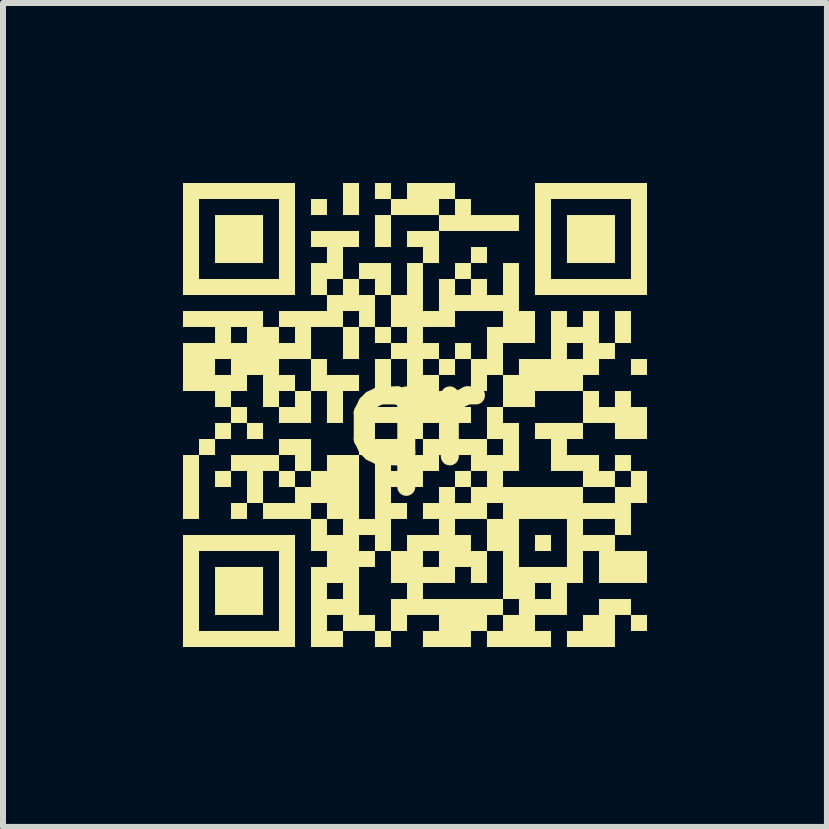
<source format=kicad_pcb>
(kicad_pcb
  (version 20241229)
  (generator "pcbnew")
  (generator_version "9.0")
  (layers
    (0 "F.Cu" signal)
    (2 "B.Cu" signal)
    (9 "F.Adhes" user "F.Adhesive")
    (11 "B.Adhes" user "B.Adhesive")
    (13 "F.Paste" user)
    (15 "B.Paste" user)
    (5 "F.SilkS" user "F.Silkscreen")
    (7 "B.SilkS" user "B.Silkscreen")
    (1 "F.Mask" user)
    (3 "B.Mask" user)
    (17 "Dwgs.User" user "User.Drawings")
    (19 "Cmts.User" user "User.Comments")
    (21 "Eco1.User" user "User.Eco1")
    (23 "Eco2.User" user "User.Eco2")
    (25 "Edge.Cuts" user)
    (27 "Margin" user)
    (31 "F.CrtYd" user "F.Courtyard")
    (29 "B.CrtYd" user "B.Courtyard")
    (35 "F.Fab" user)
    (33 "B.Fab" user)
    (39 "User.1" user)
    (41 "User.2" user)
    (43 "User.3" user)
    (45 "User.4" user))
  (footprint "qr"
    (layer "F.Cu")
    (at 3.867 3.867)
    (property "Reference" "qr" (at 0 0 0) (layer "F.SilkS") (effects (font (size 1.524 1.524) (thickness 0.3))))
    (attr board_only exclude_from_pos_files exclude_from_bom)
    (fp_poly (pts (xy -3.6 1.733) (xy -3.867 1.733) (xy -3.867 0.667) (xy -3.6 0.667)) (stroke (width 0) (type solid)) (fill yes) (layer "F.SilkS"))
    (fp_poly (pts (xy -3.333 0.667) (xy -3.6 0.667) (xy -3.6 0.4) (xy -3.333 0.4)) (stroke (width 0) (type solid)) (fill yes) (layer "F.SilkS"))
    (fp_poly (pts (xy -3.067 0.4) (xy -3.333 0.4) (xy -3.333 0.133) (xy -3.067 0.133)) (stroke (width 0) (type solid)) (fill yes) (layer "F.SilkS"))
    (fp_poly (pts (xy -3.067 1.2) (xy -3.333 1.2) (xy -3.333 0.933) (xy -3.067 0.933)) (stroke (width 0) (type solid)) (fill yes) (layer "F.SilkS"))
    (fp_poly (pts (xy -2.8 0.133) (xy -3.067 0.133) (xy -3.067 -0.133) (xy -2.8 -0.133)) (stroke (width 0) (type solid)) (fill yes) (layer "F.SilkS"))
    (fp_poly (pts (xy -2.8 1.733) (xy -3.067 1.733) (xy -3.067 1.467) (xy -2.8 1.467)) (stroke (width 0) (type solid)) (fill yes) (layer "F.SilkS"))
    (fp_poly (pts (xy -2.533 -2.533) (xy -3.333 -2.533) (xy -3.333 -3.333) (xy -2.533 -3.333)) (stroke (width 0) (type solid)) (fill yes) (layer "F.SilkS"))
    (fp_poly (pts (xy -2.533 0.4) (xy -2.8 0.4) (xy -2.8 0.133) (xy -2.533 0.133)) (stroke (width 0) (type solid)) (fill yes) (layer "F.SilkS"))
    (fp_poly (pts (xy -2.533 3.333) (xy -3.333 3.333) (xy -3.333 2.533) (xy -2.533 2.533)) (stroke (width 0) (type solid)) (fill yes) (layer "F.SilkS"))
    (fp_poly (pts (xy -2 1.2) (xy -2.267 1.2) (xy -2.267 0.933) (xy -2 0.933)) (stroke (width 0) (type solid)) (fill yes) (layer "F.SilkS"))
    (fp_poly (pts (xy -1.467 -3.333) (xy -1.733 -3.333) (xy -1.733 -3.6) (xy -1.467 -3.6)) (stroke (width 0) (type solid)) (fill yes) (layer "F.SilkS"))
    (fp_poly (pts (xy -0.933 -3.333) (xy -1.2 -3.333) (xy -1.2 -3.867) (xy -0.933 -3.867)) (stroke (width 0) (type solid)) (fill yes) (layer "F.SilkS"))
    (fp_poly (pts (xy -0.4 -3.6) (xy -0.667 -3.6) (xy -0.667 -3.867) (xy -0.4 -3.867)) (stroke (width 0) (type solid)) (fill yes) (layer "F.SilkS"))
    (fp_poly (pts (xy -0.4 -2.8) (xy -0.667 -2.8) (xy -0.667 -3.333) (xy -0.4 -3.333)) (stroke (width 0) (type solid)) (fill yes) (layer "F.SilkS"))
    (fp_poly (pts (xy -0.4 -0.4) (xy -0.667 -0.4) (xy -0.667 -0.933) (xy -0.4 -0.933)) (stroke (width 0) (type solid)) (fill yes) (layer "F.SilkS"))
    (fp_poly (pts (xy 0.667 -0.667) (xy 0.4 -0.667) (xy 0.4 -0.933) (xy 0.667 -0.933)) (stroke (width 0) (type solid)) (fill yes) (layer "F.SilkS"))
    (fp_poly (pts (xy 0.933 -0.933) (xy 0.667 -0.933) (xy 0.667 -1.2) (xy 0.933 -1.2)) (stroke (width 0) (type solid)) (fill yes) (layer "F.SilkS"))
    (fp_poly (pts (xy 0.933 1.2) (xy 0.667 1.2) (xy 0.667 0.933) (xy 0.933 0.933)) (stroke (width 0) (type solid)) (fill yes) (layer "F.SilkS"))
    (fp_poly (pts (xy 1.2 -2.533) (xy 0.933 -2.533) (xy 0.933 -2.8) (xy 1.2 -2.8)) (stroke (width 0) (type solid)) (fill yes) (layer "F.SilkS"))
    (fp_poly (pts (xy 2.267 2.267) (xy 2 2.267) (xy 2 2) (xy 2.267 2)) (stroke (width 0) (type solid)) (fill yes) (layer "F.SilkS"))
    (fp_poly (pts (xy 3.333 -2.533) (xy 2.533 -2.533) (xy 2.533 -3.333) (xy 3.333 -3.333)) (stroke (width 0) (type solid)) (fill yes) (layer "F.SilkS"))
    (fp_poly (pts (xy 3.6 -1.2) (xy 3.333 -1.2) (xy 3.333 -1.733) (xy 3.6 -1.733)) (stroke (width 0) (type solid)) (fill yes) (layer "F.SilkS"))
    (fp_poly (pts (xy 3.867 -0.667) (xy 3.6 -0.667) (xy 3.6 -0.933) (xy 3.867 -0.933)) (stroke (width 0) (type solid)) (fill yes) (layer "F.SilkS"))
    (fp_poly (pts (xy 3.867 3.6) (xy 3.6 3.6) (xy 3.6 3.333) (xy 3.867 3.333)) (stroke (width 0) (type solid)) (fill yes) (layer "F.SilkS"))
    (fp_poly (pts (xy -1.733 0.133) (xy -2.267 0.133) (xy -2.267 -0.133) (xy -2 -0.133) (xy -2 -0.4) (xy -1.733 -0.4)) (stroke (width 0) (type solid)) (fill yes) (layer "F.SilkS"))
    (fp_poly (pts (xy 0.4 -2.533) (xy 0.133 -2.533) (xy 0.133 -2.8) (xy -0.133 -2.8) (xy -0.133 -3.067) (xy 0.4 -3.067)) (stroke (width 0) (type solid)) (fill yes) (layer "F.SilkS"))
    (fp_poly (pts (xy -1.733 -0.933) (xy -1.467 -0.933) (xy -1.467 -0.667) (xy -0.933 -0.667) (xy -0.933 -0.4) (xy -1.2 -0.4) (xy -1.2 0.133) (xy -1.467 0.133) (xy -1.467 -0.4) (xy -1.733 -0.4)) (stroke (width 0) (type solid)) (fill yes) (layer "F.SilkS"))
    (fp_poly (pts (xy 3.6 3.333) (xy 3.333 3.333) (xy 3.333 3.867) (xy 2.533 3.867) (xy 2.533 3.6) (xy 2.8 3.6) (xy 2.8 3.333) (xy 3.067 3.333) (xy 3.067 3.067) (xy 3.6 3.067)) (stroke (width 0) (type solid)) (fill yes) (layer "F.SilkS"))
    (fp_poly (pts (xy -2 -2) (xy -3.867 -2) (xy -3.867 -2.267) (xy -3.6 -2.267) (xy -2.267 -2.267) (xy -2.267 -3.6) (xy -3.6 -3.6) (xy -3.6 -2.267) (xy -3.867 -2.267) (xy -3.867 -3.867) (xy -2 -3.867)) (stroke (width 0) (type solid)) (fill yes) (layer "F.SilkS"))
    (fp_poly (pts (xy -2 3.867) (xy -3.867 3.867) (xy -3.867 3.6) (xy -3.6 3.6) (xy -2.267 3.6) (xy -2.267 2.267) (xy -3.6 2.267) (xy -3.6 3.6) (xy -3.867 3.6) (xy -3.867 2) (xy -2 2)) (stroke (width 0) (type solid)) (fill yes) (layer "F.SilkS"))
    (fp_poly (pts (xy 3.867 -2) (xy 2 -2) (xy 2 -2.267) (xy 2.267 -2.267) (xy 3.6 -2.267) (xy 3.6 -3.6) (xy 2.267 -3.6) (xy 2.267 -2.267) (xy 2 -2.267) (xy 2 -3.867) (xy 3.867 -3.867)) (stroke (width 0) (type solid)) (fill yes) (layer "F.SilkS"))
    (fp_poly (pts (xy 2.8 -0.4) (xy 3.067 -0.4) (xy 3.067 -0.133) (xy 3.333 -0.133) (xy 3.333 -0.4) (xy 3.6 -0.4) (xy 3.6 -0.133) (xy 3.867 -0.133) (xy 3.867 0.4) (xy 3.333 0.4) (xy 3.333 0.133) (xy 2.8 0.133)) (stroke (width 0) (type solid)) (fill yes) (layer "F.SilkS"))
    (fp_poly (pts (xy -0.4 -3.6) (xy -0.133 -3.6) (xy -0.133 -3.867) (xy 0.667 -3.867) (xy 0.667 -3.6) (xy 0.933 -3.6) (xy 0.933 -3.333) (xy 1.733 -3.333) (xy 1.733 -3.067) (xy 0.4 -3.067) (xy 0.4 -3.333) (xy 0.667 -3.333) (xy 0.667 -3.6) (xy 0.4 -3.6) (xy 0.4 -3.333) (xy -0.4 -3.333)) (stroke (width 0) (type solid)) (fill yes) (layer "F.SilkS"))
    (fp_poly (pts (xy 2.8 0.4) (xy 2.533 0.4) (xy 2.533 0.667) (xy 3.067 0.667) (xy 3.067 0.933) (xy 3.333 0.933) (xy 3.333 0.667) (xy 3.6 0.667) (xy 3.6 0.933) (xy 3.867 0.933) (xy 3.867 1.467) (xy 3.6 1.467) (xy 3.6 2) (xy 3.333 2) (xy 3.333 2.267) (xy 3.867 2.267) (xy 3.867 2.8) (xy 3.067 2.8) (xy 3.067 2.267) (xy 2.8 2.267) (xy 2.8 2.8) (xy 2.533 2.8) (xy 2.533 3.333) (xy 2 3.333) (xy 2 3.6) (xy 2.267 3.6) (xy 2.267 3.867) (xy 1.2 3.867) (xy 1.2 3.6) (xy 1.467 3.6) (xy 1.467 3.333) (xy 1.733 3.333) (xy 1.733 3.067) (xy 2 3.067) (xy 2.267 3.067) (xy 2.267 2.8) (xy 2 2.8) (xy 2 3.067) (xy 1.733 3.067) (xy 1.467 3.067) (xy 1.467 3.333) (xy 1.2 3.333) (xy 1.2 3.6) (xy 0.933 3.6) (xy 0.933 3.867) (xy 0.133 3.867) (xy 0.133 3.6) (xy 0.4 3.6) (xy 0.4 3.333) (xy -0.133 3.333) (xy -0.133 3.6) (xy -0.4 3.6) (xy -0.4 3.867) (xy -0.667 3.867) (xy -0.667 3.6) (xy -1.2 3.6) (xy -1.2 3.867) (xy -1.733 3.867) (xy -1.733 3.6) (xy -1.467 3.6) (xy -1.2 3.6) (xy -1.2 3.333) (xy -0.933 3.333) (xy -0.667 3.333) (xy -0.667 3.6) (xy -0.4 3.6) (xy -0.4 3.067) (xy -0.133 3.067) (xy 0.133 3.067) (xy 1.467 3.067) (xy 1.467 2.533) (xy 1.733 2.533) (xy 2.533 2.533) (xy 2.533 2) (xy 2.8 2) (xy 3.333 2) (xy 3.333 1.733) (xy 2.8 1.733) (xy 2.8 2) (xy 2.533 2) (xy 2.533 1.733) (xy 1.733 1.733) (xy 1.733 2.533) (xy 1.467 2.533) (xy 1.467 2.267) (xy 1.2 2.267) (xy 1.2 2.8) (xy 0.933 2.8) (xy 0.933 2.533) (xy 0.667 2.533) (xy 0.667 2.8) (xy 0.133 2.8) (xy 0.133 3.067) (xy -0.133 3.067) (xy -0.133 2.8) (xy -0.4 2.8) (xy -0.4 2.533) (xy 0.133 2.533) (xy 0.4 2.533) (xy 0.4 2.267) (xy 0.133 2.267) (xy 0.133 2.533) (xy -0.4 2.533) (xy -0.4 2.267) (xy -0.133 2.267) (xy -0.133 2) (xy 0.4 2) (xy 0.667 2) (xy 0.933 2) (xy 0.933 2.267) (xy 1.2 2.267) (xy 1.2 1.733) (xy 1.467 1.733) (xy 1.467 1.467) (xy 2.8 1.467) (xy 3.333 1.467) (xy 3.333 1.2) (xy 3.6 1.2) (xy 3.6 0.933) (xy 3.333 0.933) (xy 3.333 1.2) (xy 2.8 1.2) (xy 2.8 1.467) (xy 1.467 1.467) (xy 1.2 1.467) (xy 1.2 1.733) (xy 0.667 1.733) (xy 0.667 2) (xy 0.4 2) (xy 0.4 1.733) (xy 0.133 1.733) (xy 0.133 1.467) (xy 0.4 1.467) (xy 0.4 1.2) (xy 0.667 1.2) (xy 0.667 1.467) (xy 0.933 1.467) (xy 0.933 1.2) (xy 1.2 1.2) (xy 1.2 0.933) (xy 0.933 0.933) (xy 0.933 0.667) (xy 1.2 0.667) (xy 1.467 0.667) (xy 1.467 0.4) (xy 1.2 0.4) (xy 1.2 0.667) (xy 0.933 0.667) (xy 0.4 0.667) (xy 0.4 0.933) (xy 0.133 0.933) (xy 0.133 1.2) (xy -0.4 1.2) (xy -0.4 1.467) (xy -0.133 1.467) (xy -0.133 1.733) (xy -0.4 1.733) (xy -0.4 2.267) (xy -0.667 2.267) (xy -0.667 2.533) (xy -0.933 2.533) (xy -0.933 3.333) (xy -1.2 3.333) (xy -1.467 3.333) (xy -1.467 3.6) (xy -1.733 3.6) (xy -1.733 3.067) (xy -1.467 3.067) (xy -1.2 3.067) (xy -1.2 2.8) (xy -1.467 2.8) (xy -1.467 3.067) (xy -1.733 3.067) (xy -1.733 2.533) (xy -1.467 2.533) (xy -1.467 2.267) (xy -0.933 2.267) (xy -0.667 2.267) (xy -0.667 2) (xy -0.933 2) (xy -0.933 2.267) (xy -1.467 2.267) (xy -1.733 2.267) (xy -1.733 2) (xy -1.467 2) (xy -1.2 2) (xy -1.2 1.733) (xy -0.933 1.733) (xy -0.667 1.733) (xy -0.667 0.933) (xy -0.4 0.933) (xy -0.133 0.933) (xy -0.133 0.667) (xy 0.133 0.667) (xy 0.133 0.4) (xy 0.4 0.4) (xy 0.4 0.133) (xy 0.133 0.133) (xy 0.133 0.4) (xy -0.133 0.4) (xy -0.133 0.667) (xy -0.4 0.667) (xy -0.4 0.933) (xy -0.667 0.933) (xy -0.667 0.667) (xy -0.933 0.667) (xy -0.933 1.733) (xy -1.2 1.733) (xy -1.467 1.733) (xy -1.467 2) (xy -1.733 2) (xy -1.733 1.733) (xy -1.467 1.733) (xy -1.467 1.467) (xy -1.733 1.467) (xy -1.733 1.733) (xy -2.533 1.733) (xy -2.533 1.467) (xy -2 1.467) (xy -2 1.2) (xy -1.733 1.2) (xy -1.733 0.933) (xy -2 0.933) (xy -2 0.667) (xy -2.267 0.667) (xy -2.267 0.933) (xy -2.533 0.933) (xy -2.533 1.467) (xy -2.8 1.467) (xy -2.8 0.933) (xy -3.067 0.933) (xy -3.067 0.667) (xy -2.267 0.667) (xy -2.267 0.4) (xy -1.733 0.4) (xy -1.733 0.933) (xy -1.467 0.933) (xy -1.467 0.667) (xy -0.933 0.667) (xy -0.933 0.4) (xy -0.667 0.4) (xy -0.133 0.4) (xy -0.133 0.133) (xy -0.667 0.133) (xy -0.667 0.4) (xy -0.933 0.4) (xy -0.933 -0.133) (xy -0.133 -0.133) (xy -0.133 -0.667) (xy 0.133 -0.667) (xy 0.4 -0.667) (xy 0.4 -0.4) (xy 0.667 -0.4) (xy 0.667 -0.133) (xy 0.933 -0.133) (xy 0.933 0.133) (xy 0.667 0.133) (xy 0.667 0.4) (xy 1.2 0.4) (xy 1.2 -0.133) (xy 1.467 -0.133) (xy 1.467 -0.667) (xy 1.2 -0.667) (xy 1.2 -0.4) (xy 0.933 -0.4) (xy 0.933 -0.933) (xy 1.2 -0.933) (xy 1.2 -1.467) (xy 1.467 -1.467) (xy 1.467 -1.733) (xy 0.667 -1.733) (xy 0.667 -1.467) (xy 0.133 -1.467) (xy 0.133 -1.2) (xy 0.4 -1.2) (xy 0.4 -0.933) (xy 0.133 -0.933) (xy 0.133 -0.667) (xy -0.133 -0.667) (xy -0.133 -0.933) (xy -0.4 -0.933) (xy -0.4 -1.2) (xy -0.133 -1.2) (xy -0.133 -1.467) (xy -0.4 -1.467) (xy -0.4 -1.2) (xy -0.667 -1.2) (xy -0.667 -1.467) (xy -0.4 -1.467) (xy -0.4 -2) (xy -0.667 -2) (xy -0.667 -1.467) (xy -0.933 -1.467) (xy -0.933 -0.933) (xy -1.2 -0.933) (xy -1.2 -1.467) (xy -0.933 -1.467) (xy -0.933 -1.733) (xy -1.2 -1.733) (xy -1.2 -1.467) (xy -1.733 -1.467) (xy -1.733 -0.933) (xy -2.267 -0.933) (xy -2.267 -0.667) (xy -2 -0.667) (xy -2 -0.4) (xy -2.267 -0.4) (xy -2.267 -0.133) (xy -2.533 -0.133) (xy -2.533 -0.667) (xy -2.8 -0.667) (xy -2.8 -0.4) (xy -3.067 -0.4) (xy -3.067 -0.133) (xy -3.333 -0.133) (xy -3.333 -0.4) (xy -3.867 -0.4) (xy -3.867 -0.667) (xy -3.333 -0.667) (xy -3.067 -0.667) (xy -3.067 -0.933) (xy -3.333 -0.933) (xy -3.333 -0.667) (xy -3.867 -0.667) (xy -3.867 -1.2) (xy -3.333 -1.2) (xy -3.067 -1.2) (xy -2.8 -1.2) (xy -2.267 -1.2) (xy -2 -1.2) (xy -2 -1.467) (xy -2.267 -1.467) (xy -2.267 -1.2) (xy -2.8 -1.2) (xy -2.8 -1.467) (xy -3.067 -1.467) (xy -3.067 -1.2) (xy -3.333 -1.2) (xy -3.333 -1.467) (xy -3.867 -1.467) (xy -3.867 -1.733) (xy -2.533 -1.733) (xy -2.533 -1.467) (xy -2.267 -1.467) (xy -2.267 -1.733) (xy -1.467 -1.733) (xy -1.467 -2) (xy -1.2 -2) (xy -0.933 -2) (xy -0.667 -2) (xy -0.667 -2.267) (xy -0.933 -2.267) (xy -0.933 -2) (xy -1.2 -2) (xy -1.2 -2.267) (xy -1.467 -2.267) (xy -1.467 -2) (xy -1.733 -2) (xy -1.733 -2.533) (xy -1.467 -2.533) (xy -1.467 -2.8) (xy -1.733 -2.8) (xy -1.733 -3.067) (xy -0.933 -3.067) (xy -0.933 -2.8) (xy -1.2 -2.8) (xy -1.2 -2.267) (xy -0.933 -2.267) (xy -0.933 -2.533) (xy -0.4 -2.533) (xy -0.4 -2) (xy -0.133 -2) (xy -0.133 -2.533) (xy 0.133 -2.533) (xy 0.133 -1.733) (xy 0.4 -1.733) (xy 0.4 -2) (xy 0.667 -2) (xy 0.933 -2) (xy 0.933 -2.267) (xy 0.667 -2.267) (xy 0.667 -2) (xy 0.4 -2) (xy 0.4 -2.267) (xy 0.667 -2.267) (xy 0.667 -2.533) (xy 0.933 -2.533) (xy 0.933 -2.267) (xy 1.2 -2.267) (xy 1.2 -2) (xy 1.467 -2) (xy 1.467 -2.533) (xy 1.733 -2.533) (xy 1.733 -1.733) (xy 2 -1.733) (xy 2 -1.2) (xy 1.467 -1.2) (xy 1.467 -0.667) (xy 1.733 -0.667) (xy 1.733 -0.933) (xy 2.267 -0.933) (xy 2.533 -0.933) (xy 2.8 -0.933) (xy 2.8 -1.2) (xy 2.533 -1.2) (xy 2.533 -0.933) (xy 2.267 -0.933) (xy 2.267 -1.733) (xy 2.533 -1.733) (xy 2.533 -1.467) (xy 2.8 -1.467) (xy 2.8 -1.733) (xy 3.067 -1.733) (xy 3.067 -1.2) (xy 3.333 -1.2) (xy 3.333 -0.933) (xy 3.067 -0.933) (xy 3.067 -0.667) (xy 2.8 -0.667) (xy 2.8 -0.4) (xy 2 -0.4) (xy 2 -0.133) (xy 1.467 -0.133) (xy 1.467 0.133) (xy 1.733 0.133) (xy 1.733 0.933) (xy 1.467 0.933) (xy 1.467 1.2) (xy 2.8 1.2) (xy 2.8 0.933) (xy 2.267 0.933) (xy 2.267 0.4) (xy 2 0.4) (xy 2 0.133) (xy 2.8 0.133)) (stroke (width 0) (type solid)) (fill yes) (layer "F.SilkS")))
  (gr_rect
    (start -3 -3)
    (end 10.733 10.733)
    (stroke (width 0.1) (type default))
    (fill no)
    (layer "Edge.Cuts")))
</source>
